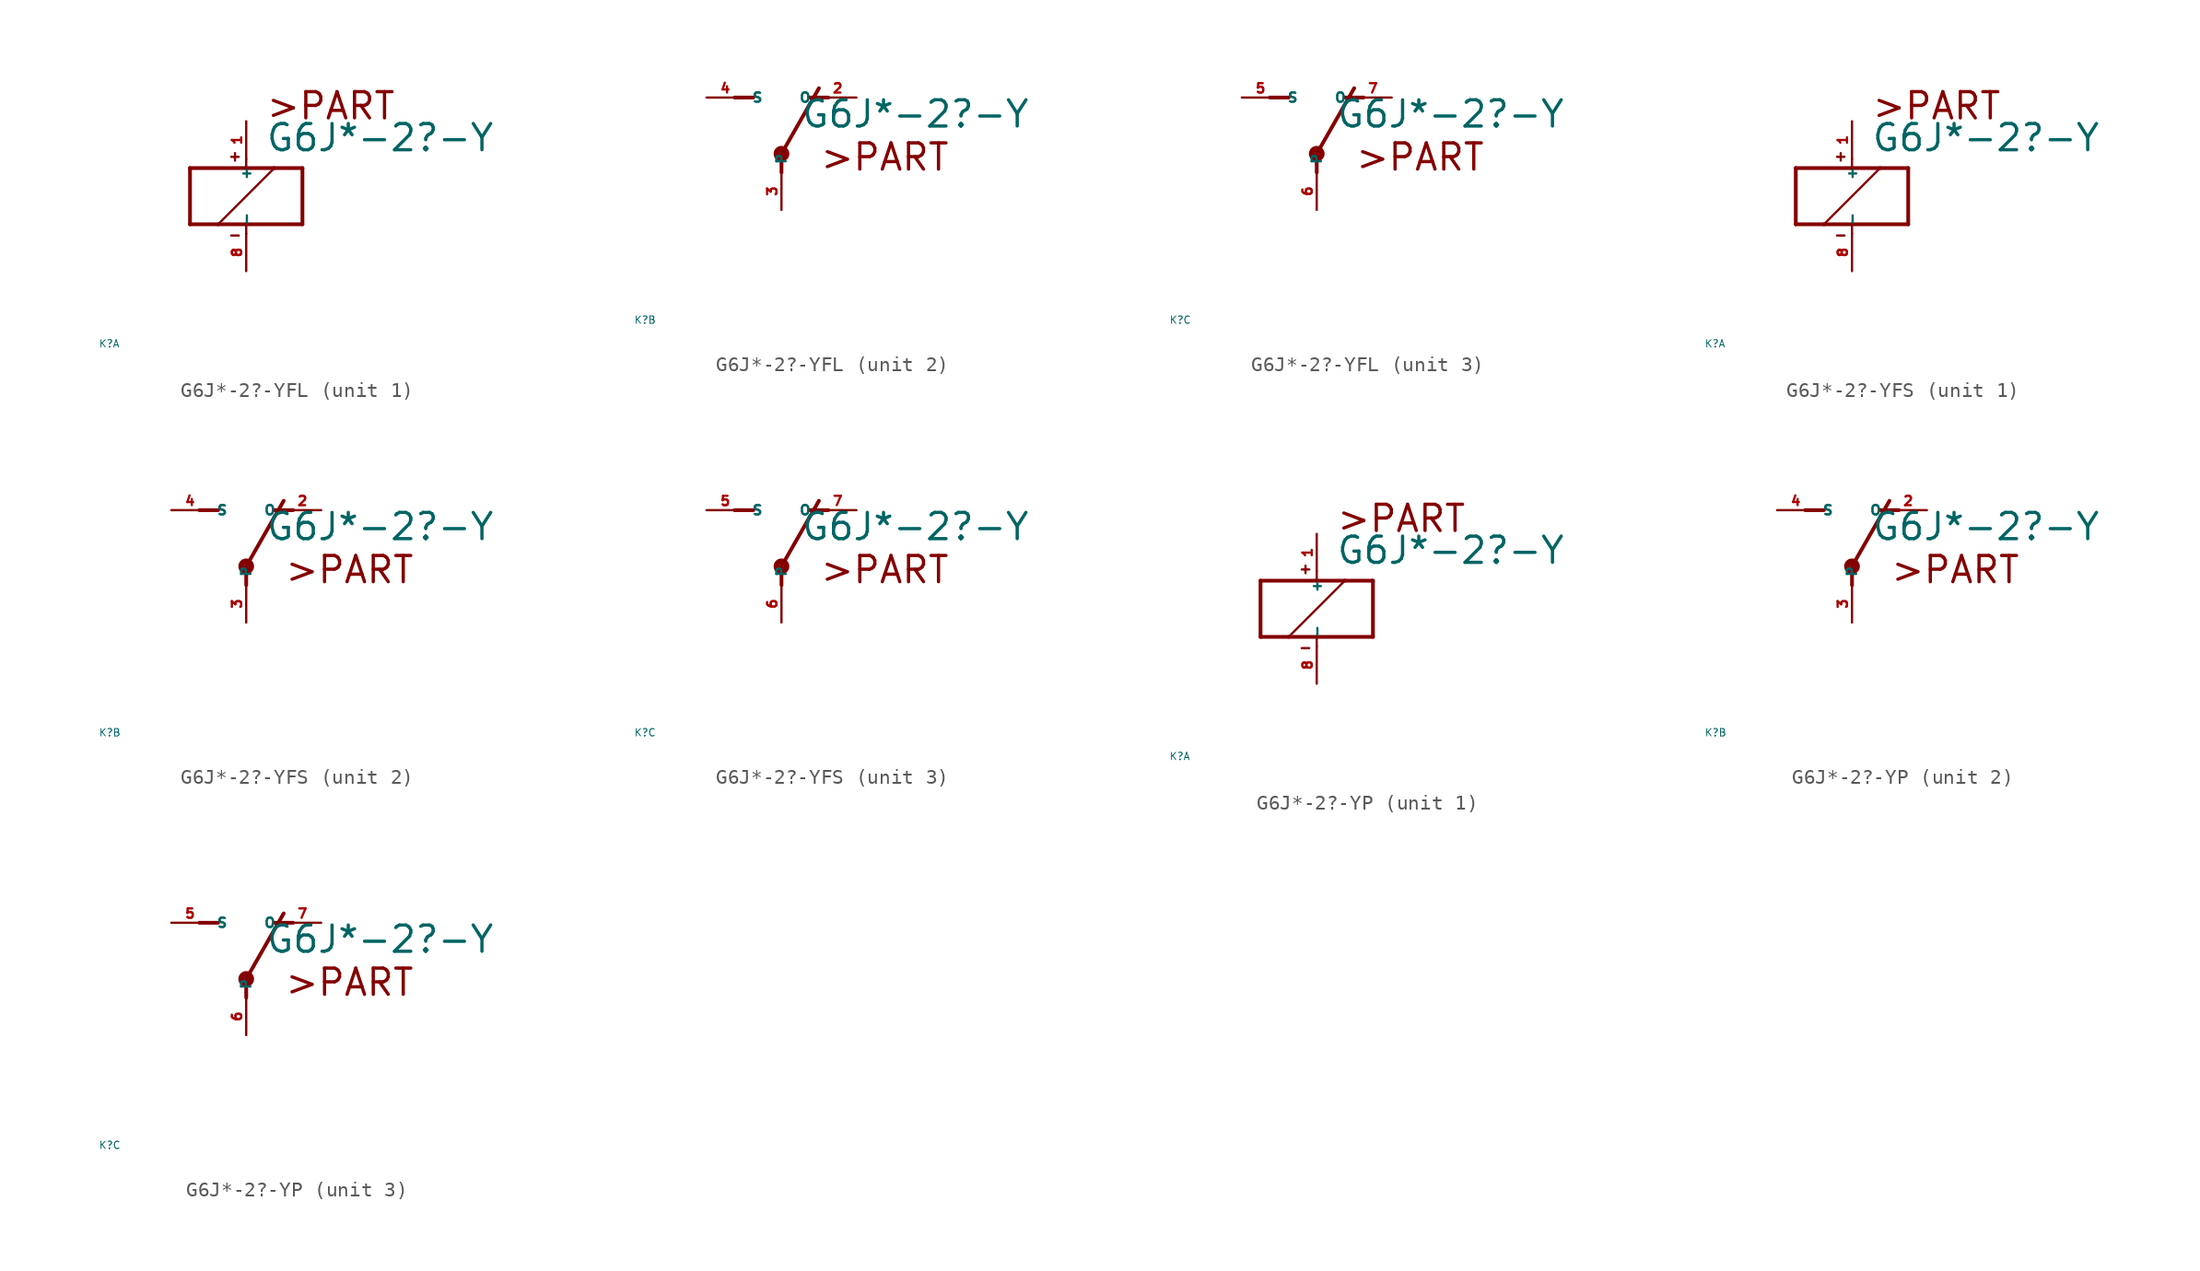
<source format=kicad_sym>
(kicad_symbol_lib
  (version 20220914)
  (generator Eagle2Kicad)
  (symbol "G6J*-2?-YFL"
    (property "Reference" "K"
      (at -10 -10 0)
      (effects (font (size 0.5 0.5) (thickness 0.06)) (justify left)))
    (property "Value" "G6J*-2?-Y"
      (at 1.27 2.921 0)
      (effects (font (size 1.778 1.778) (thickness 0.22)) (justify left bottom)))
    (symbol "G6J*-2?-YFL_1_0"
      (polyline (pts (xy -3.81 -1.905) (xy -1.905 -1.905)) (stroke (width 0.254) (type default)) (fill (type none)))
      (polyline (pts (xy 3.81 -1.905) (xy 3.81 1.905)) (stroke (width 0.254) (type default)) (fill (type none)))
      (polyline (pts (xy 3.81 1.905) (xy 1.905 1.905)) (stroke (width 0.254) (type default)) (fill (type none)))
      (polyline (pts (xy -3.81 1.905) (xy -3.81 -1.905)) (stroke (width 0.254) (type default)) (fill (type none)))
      (polyline (pts (xy 0 -2.54) (xy 0 -1.905)) (stroke (width 0.152) (type default)) (fill (type none)))
      (polyline (pts (xy 0 -1.905) (xy 3.81 -1.905)) (stroke (width 0.254) (type default)) (fill (type none)))
      (polyline (pts (xy 0 2.54) (xy 0 1.905)) (stroke (width 0.152) (type default)) (fill (type none)))
      (polyline (pts (xy 0 1.905) (xy -3.81 1.905)) (stroke (width 0.254) (type default)) (fill (type none)))
      (polyline (pts (xy -1.905 -1.905) (xy 1.905 1.905)) (stroke (width 0.152) (type default)) (fill (type none)))
      (polyline (pts (xy -1.905 -1.905) (xy 0 -1.905)) (stroke (width 0.254) (type default)) (fill (type none)))
      (polyline (pts (xy 1.905 1.905) (xy 0 1.905)) (stroke (width 0.254) (type default)) (fill (type none)))
      (polyline (pts (xy -1.016 2.667) (xy -0.508 2.667)) (stroke (width 0.152) (type default)) (fill (type none)))
      (polyline (pts (xy -0.762 2.921) (xy -0.762 2.413)) (stroke (width 0.152) (type default)) (fill (type none)))
      (polyline (pts (xy -1.016 -2.667) (xy -0.508 -2.667)) (stroke (width 0.152) (type default)) (fill (type none)))
      (text ">PART" (at 1.27 5.08 0) (effects (font (size 1.778 1.778) (thickness 0.22)) (justify left bottom)))
      (pin passive line (at 0 -5.08 90) (length 2.54) (name "-" (effects (font (size 0.635 0.635) (thickness 0.08)) (justify left bottom))) (number "8" (effects (font (size 0.635 0.635) (thickness 0.08)) (justify left bottom))))
      (pin passive line (at 0 5.08 270) (length 2.54) (name "+" (effects (font (size 0.635 0.635) (thickness 0.08)) (justify left bottom))) (number "1" (effects (font (size 0.635 0.635) (thickness 0.08)) (justify left bottom)))))
    (symbol "G6J*-2?-YFL_2_0"
      (polyline (pts (xy 3.175 5.08) (xy 1.905 5.08)) (stroke (width 0.254) (type default)) (fill (type none)))
      (polyline (pts (xy -3.175 5.08) (xy -1.905 5.08)) (stroke (width 0.254) (type default)) (fill (type none)))
      (polyline (pts (xy 0 1.27) (xy 2.54 5.715)) (stroke (width 0.254) (type default)) (fill (type none)))
      (polyline (pts (xy 0 1.27) (xy 0 0)) (stroke (width 0.254) (type default)) (fill (type none)))
      (text ">PART" (at 2.54 0 0) (effects (font (size 1.778 1.778) (thickness 0.22)) (justify left bottom)))
      (circle (center 0 1.27) (radius 0.127) (stroke (width 0.406) (type default)) (fill (type none)))
      (pin passive line (at 5.08 5.08 180) (length 2.54) (name "O" (effects (font (size 0.635 0.635) (thickness 0.08)) (justify left bottom))) (number "2" (effects (font (size 0.635 0.635) (thickness 0.08)) (justify left bottom))))
      (pin passive line (at -5.08 5.08 0) (length 2.54) (name "S" (effects (font (size 0.635 0.635) (thickness 0.08)) (justify left bottom))) (number "4" (effects (font (size 0.635 0.635) (thickness 0.08)) (justify left bottom))))
      (pin passive line (at 0 -2.54 90) (length 2.54) (name "P" (effects (font (size 0.635 0.635) (thickness 0.08)) (justify left bottom))) (number "3" (effects (font (size 0.635 0.635) (thickness 0.08)) (justify left bottom)))))
    (symbol "G6J*-2?-YFL_3_0"
      (polyline (pts (xy 3.175 5.08) (xy 1.905 5.08)) (stroke (width 0.254) (type default)) (fill (type none)))
      (polyline (pts (xy -3.175 5.08) (xy -1.905 5.08)) (stroke (width 0.254) (type default)) (fill (type none)))
      (polyline (pts (xy 0 1.27) (xy 2.54 5.715)) (stroke (width 0.254) (type default)) (fill (type none)))
      (polyline (pts (xy 0 1.27) (xy 0 0)) (stroke (width 0.254) (type default)) (fill (type none)))
      (text ">PART" (at 2.54 0 0) (effects (font (size 1.778 1.778) (thickness 0.22)) (justify left bottom)))
      (circle (center 0 1.27) (radius 0.127) (stroke (width 0.406) (type default)) (fill (type none)))
      (pin passive line (at 5.08 5.08 180) (length 2.54) (name "O" (effects (font (size 0.635 0.635) (thickness 0.08)) (justify left bottom))) (number "7" (effects (font (size 0.635 0.635) (thickness 0.08)) (justify left bottom))))
      (pin passive line (at -5.08 5.08 0) (length 2.54) (name "S" (effects (font (size 0.635 0.635) (thickness 0.08)) (justify left bottom))) (number "5" (effects (font (size 0.635 0.635) (thickness 0.08)) (justify left bottom))))
      (pin passive line (at 0 -2.54 90) (length 2.54) (name "P" (effects (font (size 0.635 0.635) (thickness 0.08)) (justify left bottom))) (number "6" (effects (font (size 0.635 0.635) (thickness 0.08)) (justify left bottom))))))
  (symbol "G6J*-2?-YFS"
    (property "Reference" "K"
      (at -10 -10 0)
      (effects (font (size 0.5 0.5) (thickness 0.06)) (justify left)))
    (property "Value" "G6J*-2?-Y"
      (at 1.27 2.921 0)
      (effects (font (size 1.778 1.778) (thickness 0.22)) (justify left bottom)))
    (symbol "G6J*-2?-YFS_1_0"
      (polyline (pts (xy -3.81 -1.905) (xy -1.905 -1.905)) (stroke (width 0.254) (type default)) (fill (type none)))
      (polyline (pts (xy 3.81 -1.905) (xy 3.81 1.905)) (stroke (width 0.254) (type default)) (fill (type none)))
      (polyline (pts (xy 3.81 1.905) (xy 1.905 1.905)) (stroke (width 0.254) (type default)) (fill (type none)))
      (polyline (pts (xy -3.81 1.905) (xy -3.81 -1.905)) (stroke (width 0.254) (type default)) (fill (type none)))
      (polyline (pts (xy 0 -2.54) (xy 0 -1.905)) (stroke (width 0.152) (type default)) (fill (type none)))
      (polyline (pts (xy 0 -1.905) (xy 3.81 -1.905)) (stroke (width 0.254) (type default)) (fill (type none)))
      (polyline (pts (xy 0 2.54) (xy 0 1.905)) (stroke (width 0.152) (type default)) (fill (type none)))
      (polyline (pts (xy 0 1.905) (xy -3.81 1.905)) (stroke (width 0.254) (type default)) (fill (type none)))
      (polyline (pts (xy -1.905 -1.905) (xy 1.905 1.905)) (stroke (width 0.152) (type default)) (fill (type none)))
      (polyline (pts (xy -1.905 -1.905) (xy 0 -1.905)) (stroke (width 0.254) (type default)) (fill (type none)))
      (polyline (pts (xy 1.905 1.905) (xy 0 1.905)) (stroke (width 0.254) (type default)) (fill (type none)))
      (polyline (pts (xy -1.016 2.667) (xy -0.508 2.667)) (stroke (width 0.152) (type default)) (fill (type none)))
      (polyline (pts (xy -0.762 2.921) (xy -0.762 2.413)) (stroke (width 0.152) (type default)) (fill (type none)))
      (polyline (pts (xy -1.016 -2.667) (xy -0.508 -2.667)) (stroke (width 0.152) (type default)) (fill (type none)))
      (text ">PART" (at 1.27 5.08 0) (effects (font (size 1.778 1.778) (thickness 0.22)) (justify left bottom)))
      (pin passive line (at 0 -5.08 90) (length 2.54) (name "-" (effects (font (size 0.635 0.635) (thickness 0.08)) (justify left bottom))) (number "8" (effects (font (size 0.635 0.635) (thickness 0.08)) (justify left bottom))))
      (pin passive line (at 0 5.08 270) (length 2.54) (name "+" (effects (font (size 0.635 0.635) (thickness 0.08)) (justify left bottom))) (number "1" (effects (font (size 0.635 0.635) (thickness 0.08)) (justify left bottom)))))
    (symbol "G6J*-2?-YFS_2_0"
      (polyline (pts (xy 3.175 5.08) (xy 1.905 5.08)) (stroke (width 0.254) (type default)) (fill (type none)))
      (polyline (pts (xy -3.175 5.08) (xy -1.905 5.08)) (stroke (width 0.254) (type default)) (fill (type none)))
      (polyline (pts (xy 0 1.27) (xy 2.54 5.715)) (stroke (width 0.254) (type default)) (fill (type none)))
      (polyline (pts (xy 0 1.27) (xy 0 0)) (stroke (width 0.254) (type default)) (fill (type none)))
      (text ">PART" (at 2.54 0 0) (effects (font (size 1.778 1.778) (thickness 0.22)) (justify left bottom)))
      (circle (center 0 1.27) (radius 0.127) (stroke (width 0.406) (type default)) (fill (type none)))
      (pin passive line (at 5.08 5.08 180) (length 2.54) (name "O" (effects (font (size 0.635 0.635) (thickness 0.08)) (justify left bottom))) (number "2" (effects (font (size 0.635 0.635) (thickness 0.08)) (justify left bottom))))
      (pin passive line (at -5.08 5.08 0) (length 2.54) (name "S" (effects (font (size 0.635 0.635) (thickness 0.08)) (justify left bottom))) (number "4" (effects (font (size 0.635 0.635) (thickness 0.08)) (justify left bottom))))
      (pin passive line (at 0 -2.54 90) (length 2.54) (name "P" (effects (font (size 0.635 0.635) (thickness 0.08)) (justify left bottom))) (number "3" (effects (font (size 0.635 0.635) (thickness 0.08)) (justify left bottom)))))
    (symbol "G6J*-2?-YFS_3_0"
      (polyline (pts (xy 3.175 5.08) (xy 1.905 5.08)) (stroke (width 0.254) (type default)) (fill (type none)))
      (polyline (pts (xy -3.175 5.08) (xy -1.905 5.08)) (stroke (width 0.254) (type default)) (fill (type none)))
      (polyline (pts (xy 0 1.27) (xy 2.54 5.715)) (stroke (width 0.254) (type default)) (fill (type none)))
      (polyline (pts (xy 0 1.27) (xy 0 0)) (stroke (width 0.254) (type default)) (fill (type none)))
      (text ">PART" (at 2.54 0 0) (effects (font (size 1.778 1.778) (thickness 0.22)) (justify left bottom)))
      (circle (center 0 1.27) (radius 0.127) (stroke (width 0.406) (type default)) (fill (type none)))
      (pin passive line (at 5.08 5.08 180) (length 2.54) (name "O" (effects (font (size 0.635 0.635) (thickness 0.08)) (justify left bottom))) (number "7" (effects (font (size 0.635 0.635) (thickness 0.08)) (justify left bottom))))
      (pin passive line (at -5.08 5.08 0) (length 2.54) (name "S" (effects (font (size 0.635 0.635) (thickness 0.08)) (justify left bottom))) (number "5" (effects (font (size 0.635 0.635) (thickness 0.08)) (justify left bottom))))
      (pin passive line (at 0 -2.54 90) (length 2.54) (name "P" (effects (font (size 0.635 0.635) (thickness 0.08)) (justify left bottom))) (number "6" (effects (font (size 0.635 0.635) (thickness 0.08)) (justify left bottom))))))
  (symbol "G6J*-2?-YP"
    (property "Reference" "K"
      (at -10 -10 0)
      (effects (font (size 0.5 0.5) (thickness 0.06)) (justify left)))
    (property "Value" "G6J*-2?-Y"
      (at 1.27 2.921 0)
      (effects (font (size 1.778 1.778) (thickness 0.22)) (justify left bottom)))
    (symbol "G6J*-2?-YP_1_0"
      (polyline (pts (xy -3.81 -1.905) (xy -1.905 -1.905)) (stroke (width 0.254) (type default)) (fill (type none)))
      (polyline (pts (xy 3.81 -1.905) (xy 3.81 1.905)) (stroke (width 0.254) (type default)) (fill (type none)))
      (polyline (pts (xy 3.81 1.905) (xy 1.905 1.905)) (stroke (width 0.254) (type default)) (fill (type none)))
      (polyline (pts (xy -3.81 1.905) (xy -3.81 -1.905)) (stroke (width 0.254) (type default)) (fill (type none)))
      (polyline (pts (xy 0 -2.54) (xy 0 -1.905)) (stroke (width 0.152) (type default)) (fill (type none)))
      (polyline (pts (xy 0 -1.905) (xy 3.81 -1.905)) (stroke (width 0.254) (type default)) (fill (type none)))
      (polyline (pts (xy 0 2.54) (xy 0 1.905)) (stroke (width 0.152) (type default)) (fill (type none)))
      (polyline (pts (xy 0 1.905) (xy -3.81 1.905)) (stroke (width 0.254) (type default)) (fill (type none)))
      (polyline (pts (xy -1.905 -1.905) (xy 1.905 1.905)) (stroke (width 0.152) (type default)) (fill (type none)))
      (polyline (pts (xy -1.905 -1.905) (xy 0 -1.905)) (stroke (width 0.254) (type default)) (fill (type none)))
      (polyline (pts (xy 1.905 1.905) (xy 0 1.905)) (stroke (width 0.254) (type default)) (fill (type none)))
      (polyline (pts (xy -1.016 2.667) (xy -0.508 2.667)) (stroke (width 0.152) (type default)) (fill (type none)))
      (polyline (pts (xy -0.762 2.921) (xy -0.762 2.413)) (stroke (width 0.152) (type default)) (fill (type none)))
      (polyline (pts (xy -1.016 -2.667) (xy -0.508 -2.667)) (stroke (width 0.152) (type default)) (fill (type none)))
      (text ">PART" (at 1.27 5.08 0) (effects (font (size 1.778 1.778) (thickness 0.22)) (justify left bottom)))
      (pin passive line (at 0 -5.08 90) (length 2.54) (name "-" (effects (font (size 0.635 0.635) (thickness 0.08)) (justify left bottom))) (number "8" (effects (font (size 0.635 0.635) (thickness 0.08)) (justify left bottom))))
      (pin passive line (at 0 5.08 270) (length 2.54) (name "+" (effects (font (size 0.635 0.635) (thickness 0.08)) (justify left bottom))) (number "1" (effects (font (size 0.635 0.635) (thickness 0.08)) (justify left bottom)))))
    (symbol "G6J*-2?-YP_2_0"
      (polyline (pts (xy 3.175 5.08) (xy 1.905 5.08)) (stroke (width 0.254) (type default)) (fill (type none)))
      (polyline (pts (xy -3.175 5.08) (xy -1.905 5.08)) (stroke (width 0.254) (type default)) (fill (type none)))
      (polyline (pts (xy 0 1.27) (xy 2.54 5.715)) (stroke (width 0.254) (type default)) (fill (type none)))
      (polyline (pts (xy 0 1.27) (xy 0 0)) (stroke (width 0.254) (type default)) (fill (type none)))
      (text ">PART" (at 2.54 0 0) (effects (font (size 1.778 1.778) (thickness 0.22)) (justify left bottom)))
      (circle (center 0 1.27) (radius 0.127) (stroke (width 0.406) (type default)) (fill (type none)))
      (pin passive line (at 5.08 5.08 180) (length 2.54) (name "O" (effects (font (size 0.635 0.635) (thickness 0.08)) (justify left bottom))) (number "2" (effects (font (size 0.635 0.635) (thickness 0.08)) (justify left bottom))))
      (pin passive line (at -5.08 5.08 0) (length 2.54) (name "S" (effects (font (size 0.635 0.635) (thickness 0.08)) (justify left bottom))) (number "4" (effects (font (size 0.635 0.635) (thickness 0.08)) (justify left bottom))))
      (pin passive line (at 0 -2.54 90) (length 2.54) (name "P" (effects (font (size 0.635 0.635) (thickness 0.08)) (justify left bottom))) (number "3" (effects (font (size 0.635 0.635) (thickness 0.08)) (justify left bottom)))))
    (symbol "G6J*-2?-YP_3_0"
      (polyline (pts (xy 3.175 5.08) (xy 1.905 5.08)) (stroke (width 0.254) (type default)) (fill (type none)))
      (polyline (pts (xy -3.175 5.08) (xy -1.905 5.08)) (stroke (width 0.254) (type default)) (fill (type none)))
      (polyline (pts (xy 0 1.27) (xy 2.54 5.715)) (stroke (width 0.254) (type default)) (fill (type none)))
      (polyline (pts (xy 0 1.27) (xy 0 0)) (stroke (width 0.254) (type default)) (fill (type none)))
      (text ">PART" (at 2.54 0 0) (effects (font (size 1.778 1.778) (thickness 0.22)) (justify left bottom)))
      (circle (center 0 1.27) (radius 0.127) (stroke (width 0.406) (type default)) (fill (type none)))
      (pin passive line (at 5.08 5.08 180) (length 2.54) (name "O" (effects (font (size 0.635 0.635) (thickness 0.08)) (justify left bottom))) (number "7" (effects (font (size 0.635 0.635) (thickness 0.08)) (justify left bottom))))
      (pin passive line (at -5.08 5.08 0) (length 2.54) (name "S" (effects (font (size 0.635 0.635) (thickness 0.08)) (justify left bottom))) (number "5" (effects (font (size 0.635 0.635) (thickness 0.08)) (justify left bottom))))
      (pin passive line (at 0 -2.54 90) (length 2.54) (name "P" (effects (font (size 0.635 0.635) (thickness 0.08)) (justify left bottom))) (number "6" (effects (font (size 0.635 0.635) (thickness 0.08)) (justify left bottom)))))))
</source>
